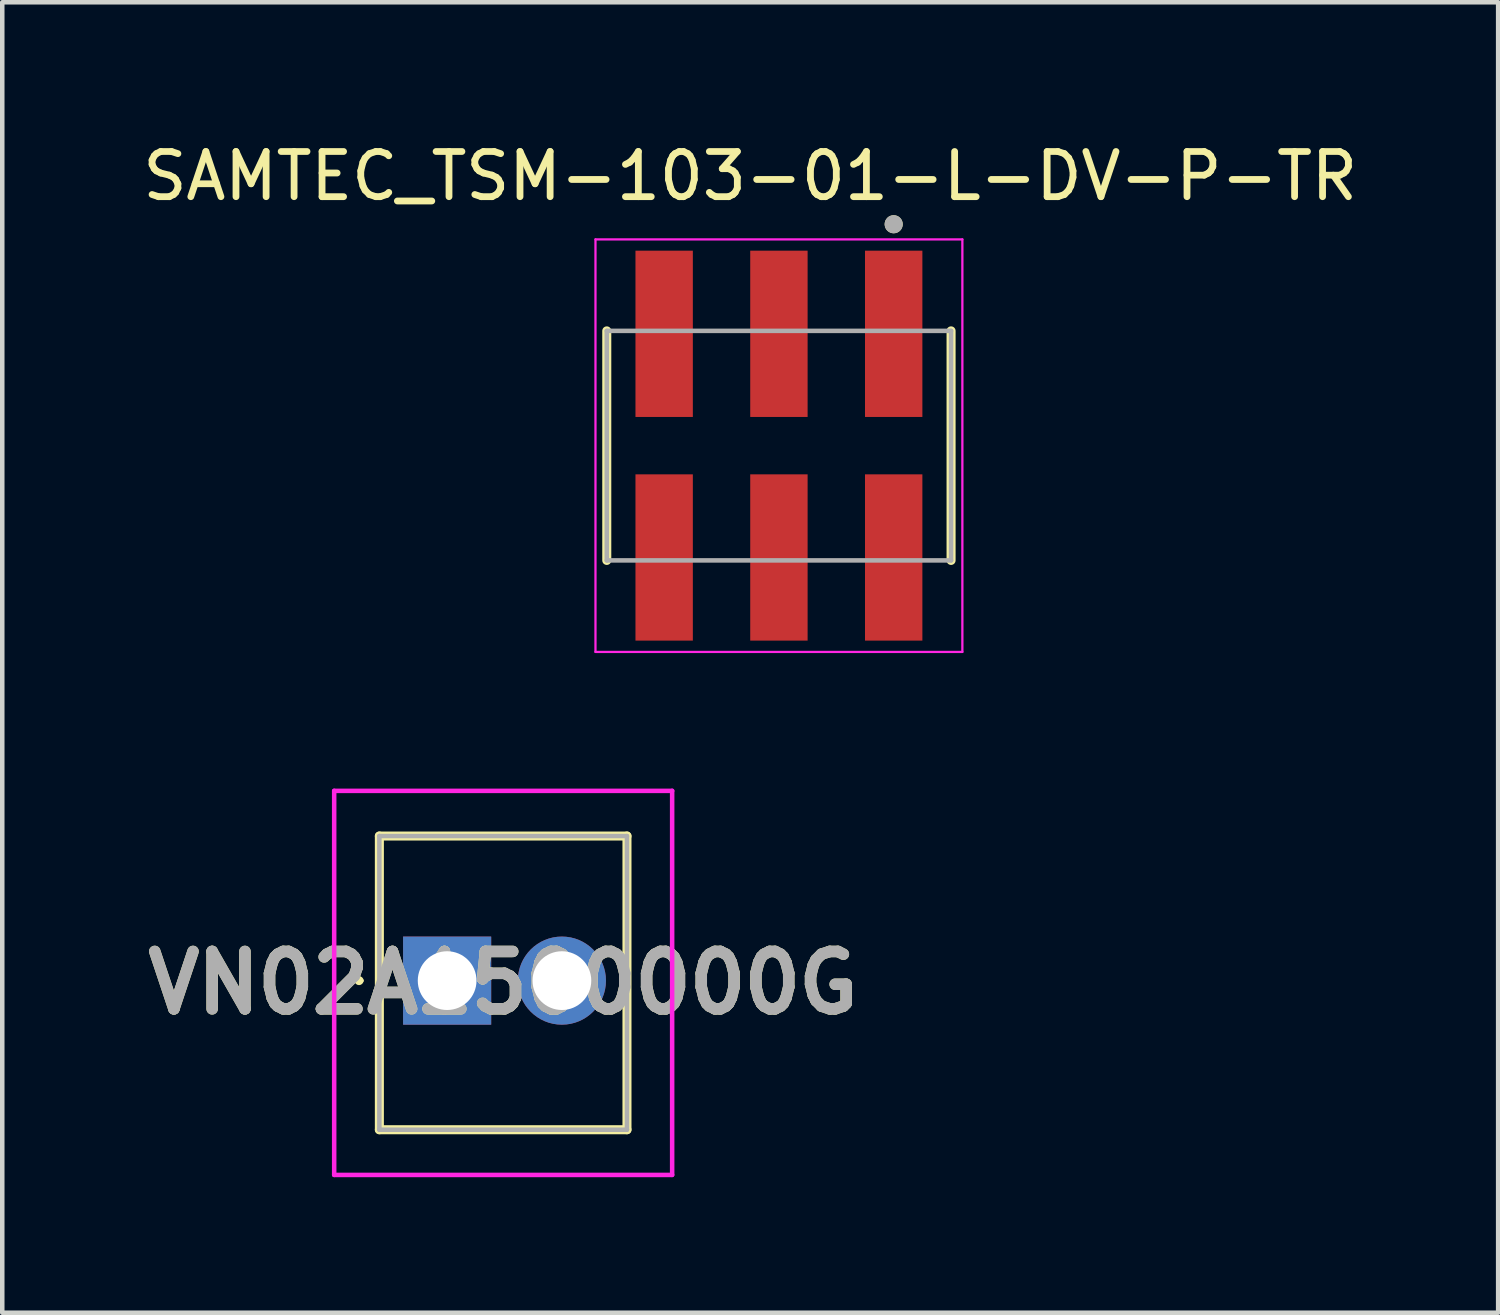
<source format=kicad_pcb>
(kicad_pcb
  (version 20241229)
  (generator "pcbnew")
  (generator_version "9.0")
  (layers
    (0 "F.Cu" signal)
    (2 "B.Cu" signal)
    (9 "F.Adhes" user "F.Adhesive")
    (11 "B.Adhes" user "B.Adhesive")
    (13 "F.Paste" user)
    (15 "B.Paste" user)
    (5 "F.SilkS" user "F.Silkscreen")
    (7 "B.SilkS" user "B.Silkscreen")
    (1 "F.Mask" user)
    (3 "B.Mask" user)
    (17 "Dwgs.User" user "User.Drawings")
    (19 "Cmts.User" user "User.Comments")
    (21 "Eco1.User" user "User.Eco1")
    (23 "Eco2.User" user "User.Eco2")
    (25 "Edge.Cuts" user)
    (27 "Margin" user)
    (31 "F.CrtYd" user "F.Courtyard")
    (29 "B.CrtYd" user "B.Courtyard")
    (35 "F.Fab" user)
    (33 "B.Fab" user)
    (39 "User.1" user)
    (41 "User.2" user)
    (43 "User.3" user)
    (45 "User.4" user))
  (footprint "SAMTEC_TSM-103-01-L-DV-P-TR"
    (layer "F.Cu")
    (at 14.189 6.813)
    (property "Reference" "SAMTEC_TSM-103-01-L-DV-P-TR" (at -0.635 -5.965 0) (layer "F.SilkS") (effects (font (size 1 1) (thickness 0.15))))
    (attr smd)
    (fp_line (start -3.81 2.54) (end -3.81 -2.54) (stroke (width 0.2) (type solid)) (layer "F.SilkS"))
    (fp_line (start 3.81 -2.54) (end 3.81 2.54) (stroke (width 0.2) (type solid)) (layer "F.SilkS"))
    (fp_circle (center 2.54 -4.9) (end 2.64 -4.9) (stroke (width 0.2) (type solid)) (fill no) (layer "F.SilkS"))
    (fp_line (start -4.06 -4.565) (end 4.06 -4.565) (stroke (width 0.05) (type solid)) (layer "F.CrtYd"))
    (fp_line (start -4.06 4.565) (end -4.06 -4.565) (stroke (width 0.05) (type solid)) (layer "F.CrtYd"))
    (fp_line (start 4.06 -4.565) (end 4.06 4.565) (stroke (width 0.05) (type solid)) (layer "F.CrtYd"))
    (fp_line (start 4.06 4.565) (end -4.06 4.565) (stroke (width 0.05) (type solid)) (layer "F.CrtYd"))
    (fp_line (start -3.81 -2.54) (end 3.81 -2.54) (stroke (width 0.1) (type solid)) (layer "F.Fab"))
    (fp_line (start -3.81 2.54) (end -3.81 -2.54) (stroke (width 0.1) (type solid)) (layer "F.Fab"))
    (fp_line (start 3.81 -2.54) (end 3.81 2.54) (stroke (width 0.1) (type solid)) (layer "F.Fab"))
    (fp_line (start 3.81 2.54) (end -3.81 2.54) (stroke (width 0.1) (type solid)) (layer "F.Fab"))
    (fp_circle (center 2.54 -4.9) (end 2.64 -4.9) (stroke (width 0.2) (type solid)) (fill no) (layer "F.Fab"))
    (pad "1" smd rect (at 2.54 -2.475) (size 1.27 3.68) (layers "F.Cu" "F.Mask" "F.Paste"))
    (pad "2" smd rect (at 2.54 2.475) (size 1.27 3.68) (layers "F.Cu" "F.Mask" "F.Paste"))
    (pad "3" smd rect (at 0 -2.475) (size 1.27 3.68) (layers "F.Cu" "F.Mask" "F.Paste"))
    (pad "4" smd rect (at 0 2.475) (size 1.27 3.68) (layers "F.Cu" "F.Mask" "F.Paste"))
    (pad "5" smd rect (at -2.54 -2.475) (size 1.27 3.68) (layers "F.Cu" "F.Mask" "F.Paste"))
    (pad "6" smd rect (at -2.54 2.475) (size 1.27 3.68) (layers "F.Cu" "F.Mask" "F.Paste")))
  (footprint "VN02A1500000G"
    (layer "F.Cu")
    (at 6.846 18.653)
    (property "Reference" "VN02A1500000G" (at 1.24 0.05 0) (layer "F.SilkS") (effects (font (size 1.27 1.27) (thickness 0.254))))
    (attr through_hole)
    (fp_line (start -2 0) (end -2 0) (stroke (width 0.1) (type solid)) (layer "F.SilkS"))
    (fp_line (start -1.9 0) (end -1.9 0) (stroke (width 0.1) (type solid)) (layer "F.SilkS"))
    (fp_line (start -1.5 -3.2) (end -1.5 3.3) (stroke (width 0.2) (type solid)) (layer "F.SilkS"))
    (fp_line (start -1.5 3.3) (end 3.98 3.3) (stroke (width 0.2) (type solid)) (layer "F.SilkS"))
    (fp_line (start 3.98 -3.2) (end -1.5 -3.2) (stroke (width 0.2) (type solid)) (layer "F.SilkS"))
    (fp_line (start 3.98 3.3) (end 3.98 -3.2) (stroke (width 0.2) (type solid)) (layer "F.SilkS"))
    (fp_arc (start -2 0) (mid -1.95 -0.05) (end -1.9 0) (stroke (width 0.1) (type solid)) (layer "F.SilkS"))
    (fp_arc (start -1.9 0) (mid -1.95 0.05) (end -2 0) (stroke (width 0.1) (type solid)) (layer "F.SilkS"))
    (fp_line (start -2.5 -4.2) (end 4.98 -4.2) (stroke (width 0.1) (type solid)) (layer "F.CrtYd"))
    (fp_line (start -2.5 4.3) (end -2.5 -4.2) (stroke (width 0.1) (type solid)) (layer "F.CrtYd"))
    (fp_line (start 4.98 -4.2) (end 4.98 4.3) (stroke (width 0.1) (type solid)) (layer "F.CrtYd"))
    (fp_line (start 4.98 4.3) (end -2.5 4.3) (stroke (width 0.1) (type solid)) (layer "F.CrtYd"))
    (fp_line (start -1.5 -3.2) (end -1.5 3.3) (stroke (width 0.1) (type solid)) (layer "F.Fab"))
    (fp_line (start -1.5 3.3) (end 3.98 3.3) (stroke (width 0.1) (type solid)) (layer "F.Fab"))
    (fp_line (start 3.98 -3.2) (end -1.5 -3.2) (stroke (width 0.1) (type solid)) (layer "F.Fab"))
    (fp_line (start 3.98 3.3) (end 3.98 -3.2) (stroke (width 0.1) (type solid)) (layer "F.Fab"))
    (fp_text user "${REFERENCE}" (at 1.24 0.05 0) (layer "F.Fab") (effects (font (size 1.27 1.27) (thickness 0.254))))
    (pad "1" thru_hole rect (at 0 0) (size 1.95 1.95) (drill 1.3) (layers "*.Cu" "*.Mask"))
    (pad "2" thru_hole circle (at 2.54 0) (size 1.95 1.95) (drill 1.3) (layers "*.Cu" "*.Mask")))
  (gr_rect
    (start -3 -3)
    (end 30.107 26.003)
    (stroke (width 0.1) (type default))
    (fill no)
    (layer "Edge.Cuts")))
</source>
